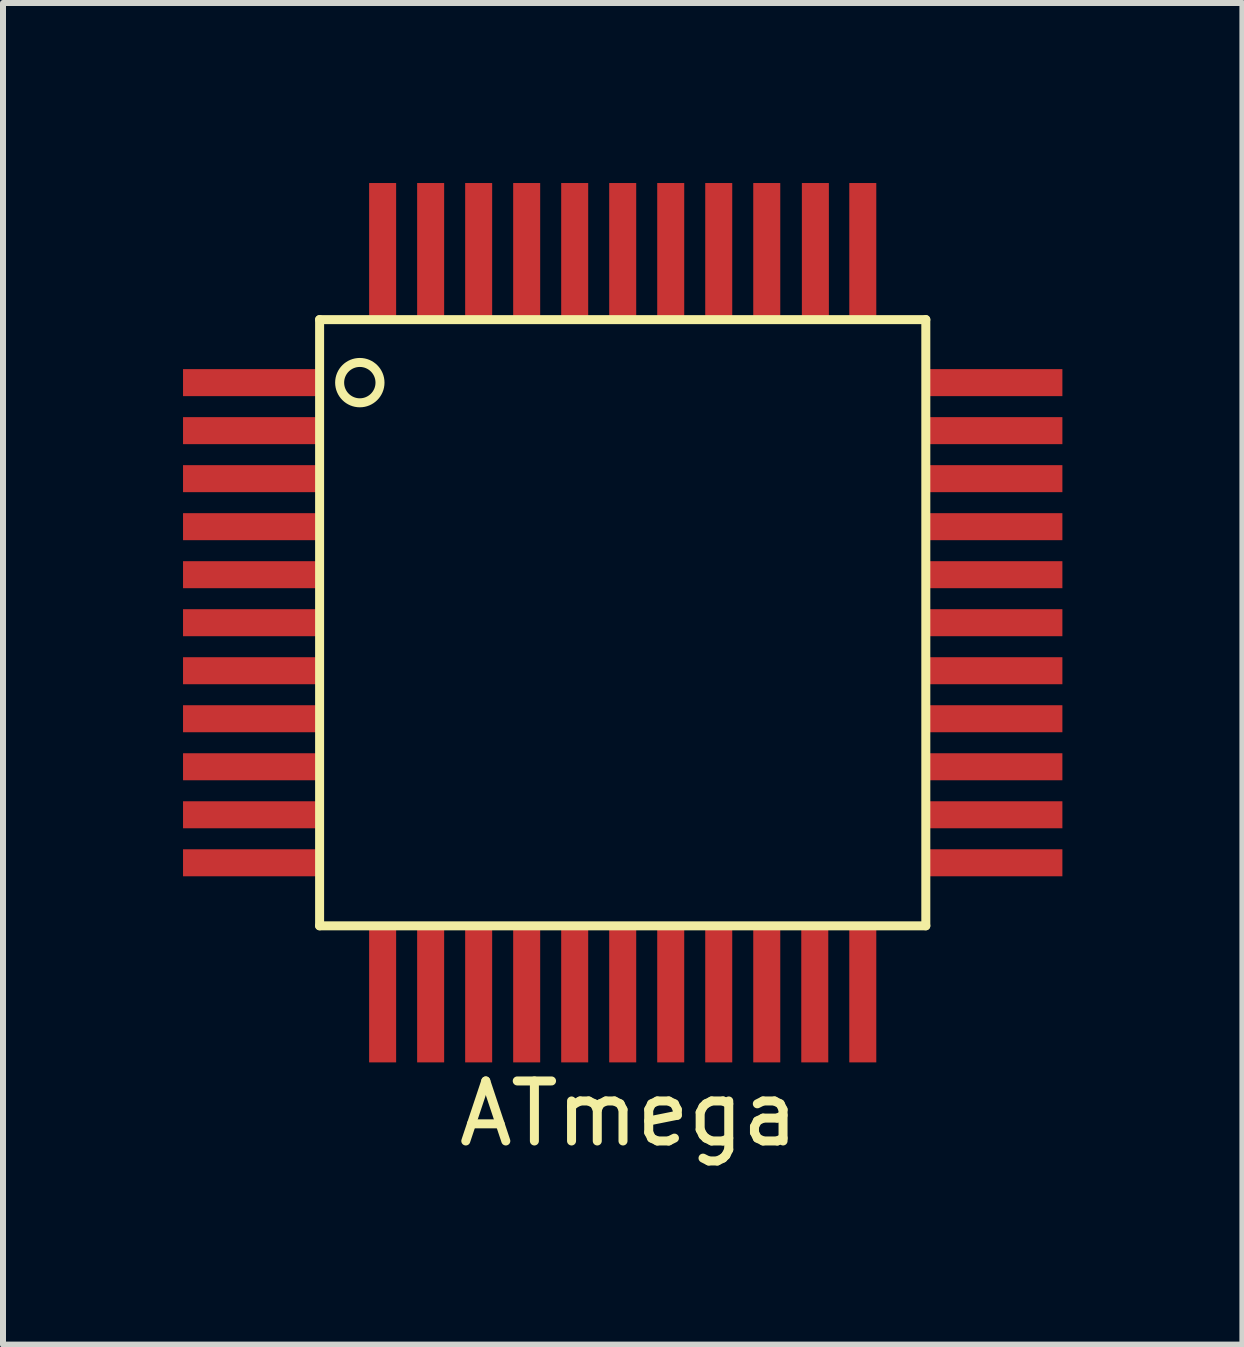
<source format=kicad_pcb>
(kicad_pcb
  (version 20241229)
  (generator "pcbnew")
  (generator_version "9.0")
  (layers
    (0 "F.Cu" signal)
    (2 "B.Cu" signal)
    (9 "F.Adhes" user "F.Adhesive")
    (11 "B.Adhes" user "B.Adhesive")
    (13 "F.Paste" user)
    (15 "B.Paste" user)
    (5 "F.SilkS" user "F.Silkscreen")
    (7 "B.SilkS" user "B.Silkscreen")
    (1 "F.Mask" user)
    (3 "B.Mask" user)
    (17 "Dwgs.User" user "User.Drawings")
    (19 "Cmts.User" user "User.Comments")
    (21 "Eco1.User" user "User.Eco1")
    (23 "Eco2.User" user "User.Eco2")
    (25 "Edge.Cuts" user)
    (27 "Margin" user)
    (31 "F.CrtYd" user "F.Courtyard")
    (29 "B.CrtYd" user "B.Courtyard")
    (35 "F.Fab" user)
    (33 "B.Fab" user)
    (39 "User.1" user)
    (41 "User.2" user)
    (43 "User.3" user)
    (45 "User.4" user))
  (footprint "ATmega"
    (layer "F.Cu")
    (at 7.325 7.325)
    (property "Reference" "ATmega" (at 0.1 8.18 0) (layer "F.SilkS") (effects (font (size 1 1) (thickness 0.15))))
    (attr through_hole)
    (fp_line (start -5.05 -5.05) (end -5.05 5.05) (stroke (width 0.15) (type solid)) (layer "F.SilkS"))
    (fp_line (start -5.05 5.05) (end 5.05 5.05) (stroke (width 0.15) (type solid)) (layer "F.SilkS"))
    (fp_line (start 5.05 -5.05) (end -5.05 -5.05) (stroke (width 0.15) (type solid)) (layer "F.SilkS"))
    (fp_line (start 5.05 5.05) (end 5.05 -5.05) (stroke (width 0.15) (type solid)) (layer "F.SilkS"))
    (fp_circle (center -4.38 -4) (end -4.67 -4.17) (stroke (width 0.15) (type solid)) (fill no) (layer "F.SilkS"))
    (pad "1" smd rect (at -6.188 -4 90) (size 0.45 2.275) (layers "F.Cu" "F.Mask" "F.Paste"))
    (pad "2" smd rect (at -6.188 -3.2 90) (size 0.45 2.275) (layers "F.Cu" "F.Mask" "F.Paste"))
    (pad "3" smd rect (at -6.188 -2.4 90) (size 0.45 2.275) (layers "F.Cu" "F.Mask" "F.Paste"))
    (pad "4" smd rect (at -6.188 -1.6 90) (size 0.45 2.275) (layers "F.Cu" "F.Mask" "F.Paste"))
    (pad "5" smd rect (at -6.188 -0.8 90) (size 0.45 2.275) (layers "F.Cu" "F.Mask" "F.Paste"))
    (pad "6" smd rect (at -6.188 0 90) (size 0.45 2.275) (layers "F.Cu" "F.Mask" "F.Paste"))
    (pad "7" smd rect (at -6.188 0.8 90) (size 0.45 2.275) (layers "F.Cu" "F.Mask" "F.Paste"))
    (pad "8" smd rect (at -6.188 1.6 90) (size 0.45 2.275) (layers "F.Cu" "F.Mask" "F.Paste"))
    (pad "9" smd rect (at -6.188 2.4 90) (size 0.45 2.275) (layers "F.Cu" "F.Mask" "F.Paste"))
    (pad "10" smd rect (at -6.188 3.2 90) (size 0.45 2.275) (layers "F.Cu" "F.Mask" "F.Paste"))
    (pad "11" smd rect (at -6.188 4 90) (size 0.45 2.275) (layers "F.Cu" "F.Mask" "F.Paste"))
    (pad "12" smd rect (at -4 6.188) (size 0.45 2.275) (layers "F.Cu" "F.Mask" "F.Paste"))
    (pad "13" smd rect (at -3.2 6.188) (size 0.45 2.275) (layers "F.Cu" "F.Mask" "F.Paste"))
    (pad "14" smd rect (at -2.4 6.188) (size 0.45 2.275) (layers "F.Cu" "F.Mask" "F.Paste"))
    (pad "15" smd rect (at -1.6 6.188) (size 0.45 2.275) (layers "F.Cu" "F.Mask" "F.Paste"))
    (pad "16" smd rect (at -0.8 6.188) (size 0.45 2.275) (layers "F.Cu" "F.Mask" "F.Paste"))
    (pad "17" smd rect (at 0 6.188) (size 0.45 2.275) (layers "F.Cu" "F.Mask" "F.Paste"))
    (pad "18" smd rect (at 0.8 6.188) (size 0.45 2.275) (layers "F.Cu" "F.Mask" "F.Paste"))
    (pad "19" smd rect (at 1.6 6.188) (size 0.45 2.275) (layers "F.Cu" "F.Mask" "F.Paste"))
    (pad "20" smd rect (at 2.4 6.188) (size 0.45 2.275) (layers "F.Cu" "F.Mask" "F.Paste"))
    (pad "21" smd rect (at 3.2 6.188) (size 0.45 2.275) (layers "F.Cu" "F.Mask" "F.Paste"))
    (pad "22" smd rect (at 4 6.188) (size 0.45 2.275) (layers "F.Cu" "F.Mask" "F.Paste"))
    (pad "23" smd rect (at 6.188 4 90) (size 0.45 2.275) (layers "F.Cu" "F.Mask" "F.Paste"))
    (pad "24" smd rect (at 6.188 3.2 90) (size 0.45 2.275) (layers "F.Cu" "F.Mask" "F.Paste"))
    (pad "25" smd rect (at 6.188 2.4 90) (size 0.45 2.275) (layers "F.Cu" "F.Mask" "F.Paste"))
    (pad "26" smd rect (at 6.188 1.6 90) (size 0.45 2.275) (layers "F.Cu" "F.Mask" "F.Paste"))
    (pad "27" smd rect (at 6.188 0.8 90) (size 0.45 2.275) (layers "F.Cu" "F.Mask" "F.Paste"))
    (pad "28" smd rect (at 6.188 0 90) (size 0.45 2.275) (layers "F.Cu" "F.Mask" "F.Paste"))
    (pad "29" smd rect (at 6.188 -0.8 90) (size 0.45 2.275) (layers "F.Cu" "F.Mask" "F.Paste"))
    (pad "30" smd rect (at 6.188 -1.6 90) (size 0.45 2.275) (layers "F.Cu" "F.Mask" "F.Paste"))
    (pad "31" smd rect (at 6.188 -2.4 90) (size 0.45 2.275) (layers "F.Cu" "F.Mask" "F.Paste"))
    (pad "32" smd rect (at 6.188 -3.2 90) (size 0.45 2.275) (layers "F.Cu" "F.Mask" "F.Paste"))
    (pad "33" smd rect (at 6.188 -4 90) (size 0.45 2.275) (layers "F.Cu" "F.Mask" "F.Paste"))
    (pad "34" smd rect (at 4 -6.188) (size 0.45 2.275) (layers "F.Cu" "F.Mask" "F.Paste"))
    (pad "35" smd rect (at 3.21 -6.188) (size 0.45 2.275) (layers "F.Cu" "F.Mask" "F.Paste"))
    (pad "36" smd rect (at 2.4 -6.188) (size 0.45 2.275) (layers "F.Cu" "F.Mask" "F.Paste"))
    (pad "37" smd rect (at 1.6 -6.188) (size 0.45 2.275) (layers "F.Cu" "F.Mask" "F.Paste"))
    (pad "38" smd rect (at 0.8 -6.188) (size 0.45 2.275) (layers "F.Cu" "F.Mask" "F.Paste"))
    (pad "39" smd rect (at 0 -6.188) (size 0.45 2.275) (layers "F.Cu" "F.Mask" "F.Paste"))
    (pad "40" smd rect (at -0.8 -6.188) (size 0.45 2.275) (layers "F.Cu" "F.Mask" "F.Paste"))
    (pad "41" smd rect (at -1.6 -6.188) (size 0.45 2.275) (layers "F.Cu" "F.Mask" "F.Paste"))
    (pad "42" smd rect (at -2.4 -6.188) (size 0.45 2.275) (layers "F.Cu" "F.Mask" "F.Paste"))
    (pad "43" smd rect (at -3.2 -6.188) (size 0.45 2.275) (layers "F.Cu" "F.Mask" "F.Paste"))
    (pad "44" smd rect (at -4 -6.188) (size 0.45 2.275) (layers "F.Cu" "F.Mask" "F.Paste")))
  (gr_rect
    (start -3 -3)
    (end 17.65 19.353)
    (stroke (width 0.1) (type default))
    (fill no)
    (layer "Edge.Cuts")))
</source>
